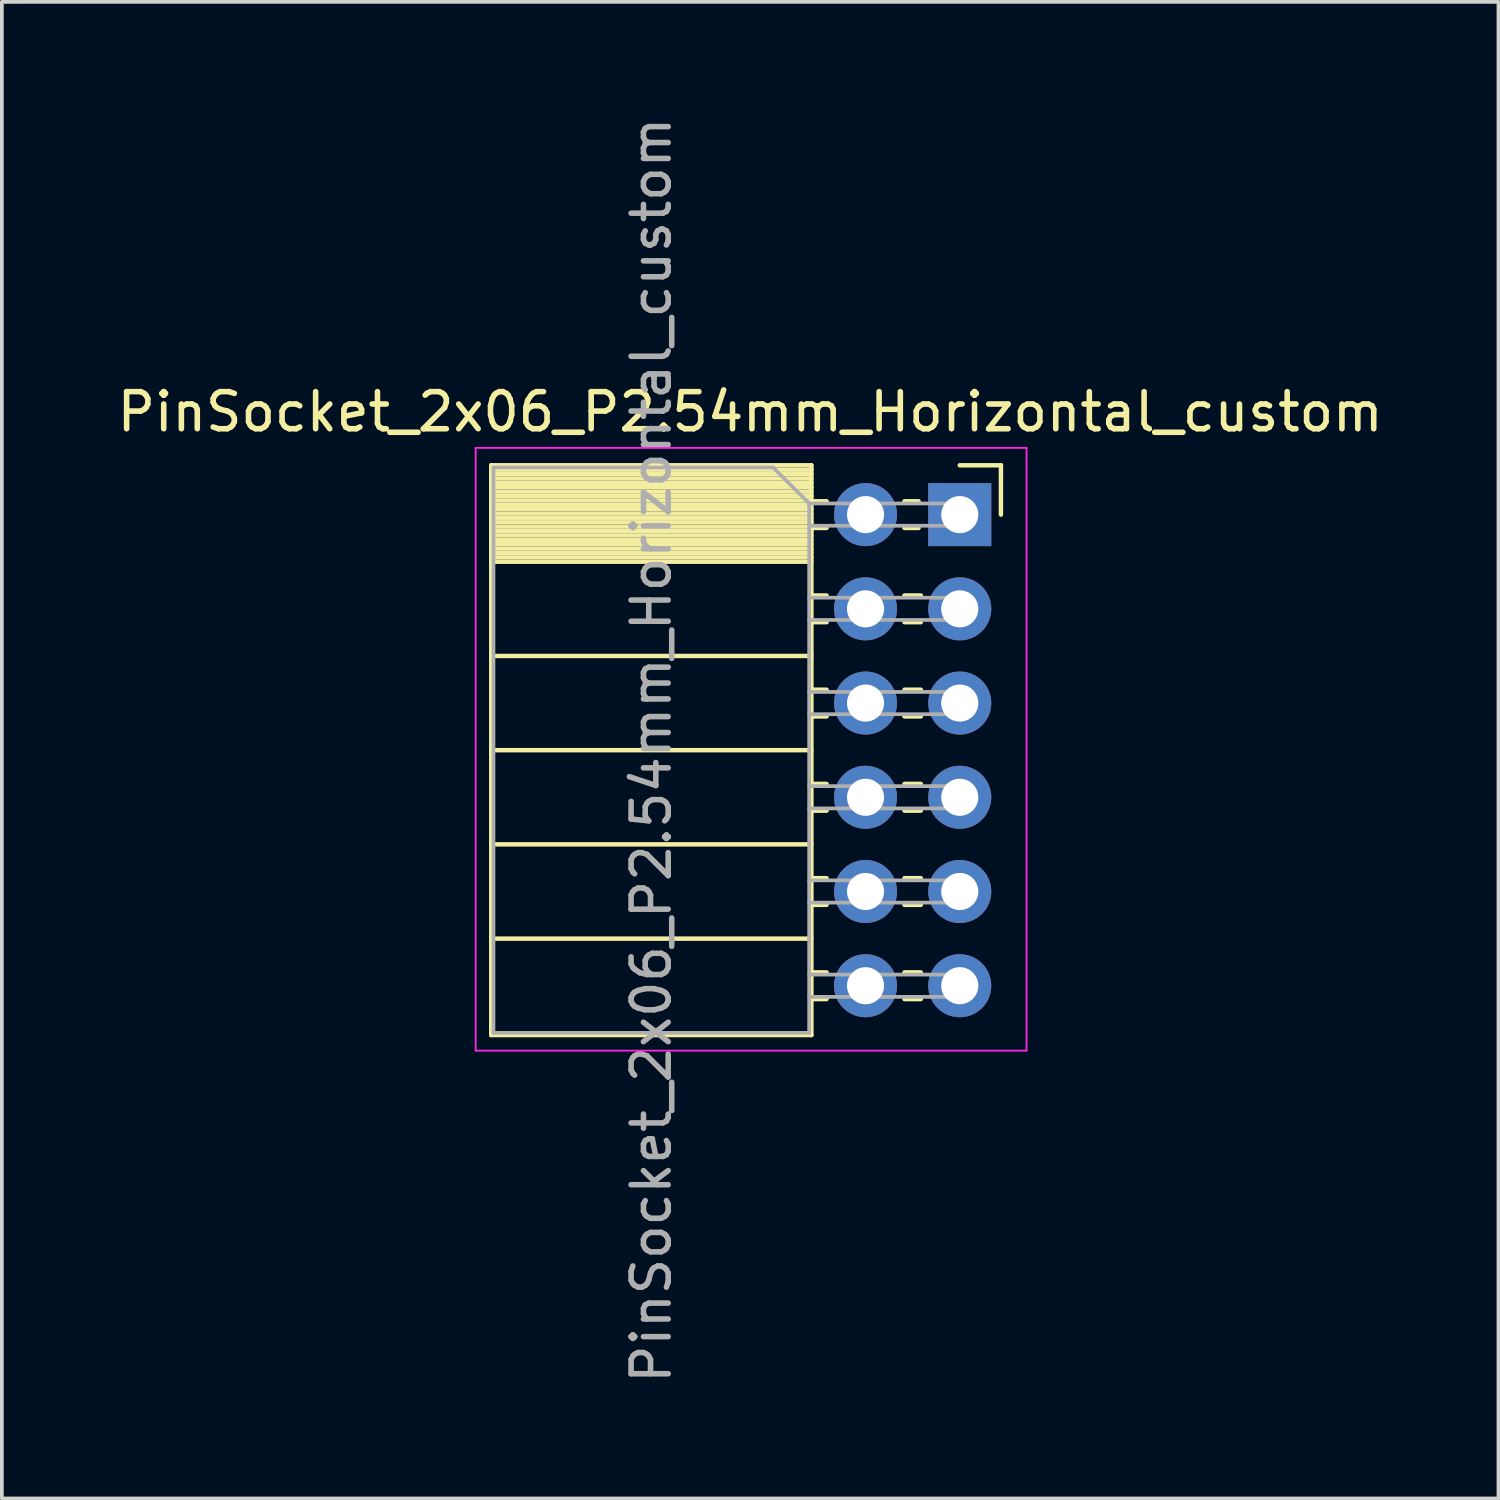
<source format=kicad_pcb>
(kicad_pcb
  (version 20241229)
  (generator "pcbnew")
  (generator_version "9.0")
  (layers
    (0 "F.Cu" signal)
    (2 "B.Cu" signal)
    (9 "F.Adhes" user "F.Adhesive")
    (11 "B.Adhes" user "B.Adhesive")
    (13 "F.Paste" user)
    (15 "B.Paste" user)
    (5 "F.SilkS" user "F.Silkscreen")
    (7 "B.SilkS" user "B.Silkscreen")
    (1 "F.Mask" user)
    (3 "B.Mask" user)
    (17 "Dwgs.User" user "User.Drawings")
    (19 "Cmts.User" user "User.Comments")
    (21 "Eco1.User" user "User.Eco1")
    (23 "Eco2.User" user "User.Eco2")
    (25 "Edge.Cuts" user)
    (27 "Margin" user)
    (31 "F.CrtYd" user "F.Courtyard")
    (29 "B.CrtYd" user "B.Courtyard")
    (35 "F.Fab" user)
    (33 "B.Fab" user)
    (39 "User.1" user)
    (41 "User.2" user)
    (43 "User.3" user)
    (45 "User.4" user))
  (footprint "PinSocket_2x06_P2.54mm_Horizontal_custom"
    (layer "F.Cu")
    (at 22.823 10.823)
    (property "Reference" "PinSocket_2x06_P2.54mm_Horizontal_custom" (at -5.65 -2.77 0) (layer "F.SilkS") (effects (font (size 1 1) (thickness 0.15))))
    (attr through_hole)
    (fp_line (start -12.63 -1.33) (end -12.63 14.03) (stroke (width 0.12) (type solid)) (layer "F.SilkS"))
    (fp_line (start -12.63 -1.33) (end -4 -1.33) (stroke (width 0.12) (type solid)) (layer "F.SilkS"))
    (fp_line (start -12.63 -1.21) (end -4 -1.21) (stroke (width 0.12) (type solid)) (layer "F.SilkS"))
    (fp_line (start -12.63 -1.092) (end -4 -1.092) (stroke (width 0.12) (type solid)) (layer "F.SilkS"))
    (fp_line (start -12.63 -0.974) (end -4 -0.974) (stroke (width 0.12) (type solid)) (layer "F.SilkS"))
    (fp_line (start -12.63 -0.856) (end -4 -0.856) (stroke (width 0.12) (type solid)) (layer "F.SilkS"))
    (fp_line (start -12.63 -0.738) (end -4 -0.738) (stroke (width 0.12) (type solid)) (layer "F.SilkS"))
    (fp_line (start -12.63 -0.62) (end -4 -0.62) (stroke (width 0.12) (type solid)) (layer "F.SilkS"))
    (fp_line (start -12.63 -0.501) (end -4 -0.501) (stroke (width 0.12) (type solid)) (layer "F.SilkS"))
    (fp_line (start -12.63 -0.383) (end -4 -0.383) (stroke (width 0.12) (type solid)) (layer "F.SilkS"))
    (fp_line (start -12.63 -0.265) (end -4 -0.265) (stroke (width 0.12) (type solid)) (layer "F.SilkS"))
    (fp_line (start -12.63 -0.147) (end -4 -0.147) (stroke (width 0.12) (type solid)) (layer "F.SilkS"))
    (fp_line (start -12.63 -0.029) (end -4 -0.029) (stroke (width 0.12) (type solid)) (layer "F.SilkS"))
    (fp_line (start -12.63 0.089) (end -4 0.089) (stroke (width 0.12) (type solid)) (layer "F.SilkS"))
    (fp_line (start -12.63 0.207) (end -4 0.207) (stroke (width 0.12) (type solid)) (layer "F.SilkS"))
    (fp_line (start -12.63 0.325) (end -4 0.325) (stroke (width 0.12) (type solid)) (layer "F.SilkS"))
    (fp_line (start -12.63 0.443) (end -4 0.443) (stroke (width 0.12) (type solid)) (layer "F.SilkS"))
    (fp_line (start -12.63 0.561) (end -4 0.561) (stroke (width 0.12) (type solid)) (layer "F.SilkS"))
    (fp_line (start -12.63 0.68) (end -4 0.68) (stroke (width 0.12) (type solid)) (layer "F.SilkS"))
    (fp_line (start -12.63 0.798) (end -4 0.798) (stroke (width 0.12) (type solid)) (layer "F.SilkS"))
    (fp_line (start -12.63 0.916) (end -4 0.916) (stroke (width 0.12) (type solid)) (layer "F.SilkS"))
    (fp_line (start -12.63 1.034) (end -4 1.034) (stroke (width 0.12) (type solid)) (layer "F.SilkS"))
    (fp_line (start -12.63 1.152) (end -4 1.152) (stroke (width 0.12) (type solid)) (layer "F.SilkS"))
    (fp_line (start -12.63 1.27) (end -4 1.27) (stroke (width 0.12) (type solid)) (layer "F.SilkS"))
    (fp_line (start -12.63 3.81) (end -4 3.81) (stroke (width 0.12) (type solid)) (layer "F.SilkS"))
    (fp_line (start -12.63 6.35) (end -4 6.35) (stroke (width 0.12) (type solid)) (layer "F.SilkS"))
    (fp_line (start -12.63 8.89) (end -4 8.89) (stroke (width 0.12) (type solid)) (layer "F.SilkS"))
    (fp_line (start -12.63 11.43) (end -4 11.43) (stroke (width 0.12) (type solid)) (layer "F.SilkS"))
    (fp_line (start -12.63 14.03) (end -4 14.03) (stroke (width 0.12) (type solid)) (layer "F.SilkS"))
    (fp_line (start -4 -1.33) (end -4 14.03) (stroke (width 0.12) (type solid)) (layer "F.SilkS"))
    (fp_line (start -4 -0.36) (end -3.59 -0.36) (stroke (width 0.12) (type solid)) (layer "F.SilkS"))
    (fp_line (start -4 0.36) (end -3.59 0.36) (stroke (width 0.12) (type solid)) (layer "F.SilkS"))
    (fp_line (start -4 2.18) (end -3.59 2.18) (stroke (width 0.12) (type solid)) (layer "F.SilkS"))
    (fp_line (start -4 2.9) (end -3.59 2.9) (stroke (width 0.12) (type solid)) (layer "F.SilkS"))
    (fp_line (start -4 4.72) (end -3.59 4.72) (stroke (width 0.12) (type solid)) (layer "F.SilkS"))
    (fp_line (start -4 5.44) (end -3.59 5.44) (stroke (width 0.12) (type solid)) (layer "F.SilkS"))
    (fp_line (start -4 7.26) (end -3.59 7.26) (stroke (width 0.12) (type solid)) (layer "F.SilkS"))
    (fp_line (start -4 7.98) (end -3.59 7.98) (stroke (width 0.12) (type solid)) (layer "F.SilkS"))
    (fp_line (start -4 9.8) (end -3.59 9.8) (stroke (width 0.12) (type solid)) (layer "F.SilkS"))
    (fp_line (start -4 10.52) (end -3.59 10.52) (stroke (width 0.12) (type solid)) (layer "F.SilkS"))
    (fp_line (start -4 12.34) (end -3.59 12.34) (stroke (width 0.12) (type solid)) (layer "F.SilkS"))
    (fp_line (start -4 13.06) (end -3.59 13.06) (stroke (width 0.12) (type solid)) (layer "F.SilkS"))
    (fp_line (start -1.49 -0.36) (end -1.11 -0.36) (stroke (width 0.12) (type solid)) (layer "F.SilkS"))
    (fp_line (start -1.49 0.36) (end -1.11 0.36) (stroke (width 0.12) (type solid)) (layer "F.SilkS"))
    (fp_line (start -1.49 2.18) (end -1.05 2.18) (stroke (width 0.12) (type solid)) (layer "F.SilkS"))
    (fp_line (start -1.49 2.9) (end -1.05 2.9) (stroke (width 0.12) (type solid)) (layer "F.SilkS"))
    (fp_line (start -1.49 4.72) (end -1.05 4.72) (stroke (width 0.12) (type solid)) (layer "F.SilkS"))
    (fp_line (start -1.49 5.44) (end -1.05 5.44) (stroke (width 0.12) (type solid)) (layer "F.SilkS"))
    (fp_line (start -1.49 7.26) (end -1.05 7.26) (stroke (width 0.12) (type solid)) (layer "F.SilkS"))
    (fp_line (start -1.49 7.98) (end -1.05 7.98) (stroke (width 0.12) (type solid)) (layer "F.SilkS"))
    (fp_line (start -1.49 9.8) (end -1.05 9.8) (stroke (width 0.12) (type solid)) (layer "F.SilkS"))
    (fp_line (start -1.49 10.52) (end -1.05 10.52) (stroke (width 0.12) (type solid)) (layer "F.SilkS"))
    (fp_line (start -1.49 12.34) (end -1.05 12.34) (stroke (width 0.12) (type solid)) (layer "F.SilkS"))
    (fp_line (start -1.49 13.06) (end -1.05 13.06) (stroke (width 0.12) (type solid)) (layer "F.SilkS"))
    (fp_line (start 0 -1.33) (end 1.11 -1.33) (stroke (width 0.12) (type solid)) (layer "F.SilkS"))
    (fp_line (start 1.11 -1.33) (end 1.11 0) (stroke (width 0.12) (type solid)) (layer "F.SilkS"))
    (fp_line (start -13.05 -1.8) (end -13.05 14.45) (stroke (width 0.05) (type solid)) (layer "F.CrtYd"))
    (fp_line (start -13.05 14.45) (end 1.8 14.45) (stroke (width 0.05) (type solid)) (layer "F.CrtYd"))
    (fp_line (start 1.8 -1.8) (end -13.05 -1.8) (stroke (width 0.05) (type solid)) (layer "F.CrtYd"))
    (fp_line (start 1.8 14.45) (end 1.8 -1.8) (stroke (width 0.05) (type solid)) (layer "F.CrtYd"))
    (fp_line (start -12.57 -1.27) (end -5.03 -1.27) (stroke (width 0.1) (type solid)) (layer "F.Fab"))
    (fp_line (start -12.57 13.97) (end -12.57 -1.27) (stroke (width 0.1) (type solid)) (layer "F.Fab"))
    (fp_line (start -5.03 -1.27) (end -4.06 -0.3) (stroke (width 0.1) (type solid)) (layer "F.Fab"))
    (fp_line (start -4.06 -0.3) (end -4.06 13.97) (stroke (width 0.1) (type solid)) (layer "F.Fab"))
    (fp_line (start -4.06 0.3) (end 0 0.3) (stroke (width 0.1) (type solid)) (layer "F.Fab"))
    (fp_line (start -4.06 2.84) (end 0 2.84) (stroke (width 0.1) (type solid)) (layer "F.Fab"))
    (fp_line (start -4.06 5.38) (end 0 5.38) (stroke (width 0.1) (type solid)) (layer "F.Fab"))
    (fp_line (start -4.06 7.92) (end 0 7.92) (stroke (width 0.1) (type solid)) (layer "F.Fab"))
    (fp_line (start -4.06 10.46) (end 0 10.46) (stroke (width 0.1) (type solid)) (layer "F.Fab"))
    (fp_line (start -4.06 13) (end 0 13) (stroke (width 0.1) (type solid)) (layer "F.Fab"))
    (fp_line (start -4.06 13.97) (end -12.57 13.97) (stroke (width 0.1) (type solid)) (layer "F.Fab"))
    (fp_line (start 0 -0.3) (end -4.06 -0.3) (stroke (width 0.1) (type solid)) (layer "F.Fab"))
    (fp_line (start 0 0.3) (end 0 -0.3) (stroke (width 0.1) (type solid)) (layer "F.Fab"))
    (fp_line (start 0 2.24) (end -4.06 2.24) (stroke (width 0.1) (type solid)) (layer "F.Fab"))
    (fp_line (start 0 2.84) (end 0 2.24) (stroke (width 0.1) (type solid)) (layer "F.Fab"))
    (fp_line (start 0 4.78) (end -4.06 4.78) (stroke (width 0.1) (type solid)) (layer "F.Fab"))
    (fp_line (start 0 5.38) (end 0 4.78) (stroke (width 0.1) (type solid)) (layer "F.Fab"))
    (fp_line (start 0 7.32) (end -4.06 7.32) (stroke (width 0.1) (type solid)) (layer "F.Fab"))
    (fp_line (start 0 7.92) (end 0 7.32) (stroke (width 0.1) (type solid)) (layer "F.Fab"))
    (fp_line (start 0 9.86) (end -4.06 9.86) (stroke (width 0.1) (type solid)) (layer "F.Fab"))
    (fp_line (start 0 10.46) (end 0 9.86) (stroke (width 0.1) (type solid)) (layer "F.Fab"))
    (fp_line (start 0 12.4) (end -4.06 12.4) (stroke (width 0.1) (type solid)) (layer "F.Fab"))
    (fp_line (start 0 13) (end 0 12.4) (stroke (width 0.1) (type solid)) (layer "F.Fab"))
    (fp_text user "${REFERENCE}" (at -8.315 6.35 90) (layer "F.Fab") (effects (font (size 1 1) (thickness 0.15))))
    (pad "1" thru_hole rect (at 0 0) (size 1.7 1.7) (drill 1) (layers "*.Cu" "*.Mask"))
    (pad "2" thru_hole circle (at -2.54 0) (size 1.7 1.7) (drill 1) (layers "*.Cu" "*.Mask"))
    (pad "3" thru_hole circle (at 0 2.54) (size 1.7 1.7) (drill 1) (layers "*.Cu" "*.Mask"))
    (pad "4" thru_hole circle (at -2.54 2.54) (size 1.7 1.7) (drill 1) (layers "*.Cu" "*.Mask"))
    (pad "5" thru_hole circle (at 0 5.08) (size 1.7 1.7) (drill 1) (layers "*.Cu" "*.Mask"))
    (pad "6" thru_hole circle (at -2.54 5.08) (size 1.7 1.7) (drill 1) (layers "*.Cu" "*.Mask"))
    (pad "7" thru_hole circle (at 0 7.62) (size 1.7 1.7) (drill 1) (layers "*.Cu" "*.Mask"))
    (pad "8" thru_hole circle (at -2.54 7.62) (size 1.7 1.7) (drill 1) (layers "*.Cu" "*.Mask"))
    (pad "9" thru_hole circle (at 0 10.16) (size 1.7 1.7) (drill 1) (layers "*.Cu" "*.Mask"))
    (pad "10" thru_hole circle (at -2.54 10.16) (size 1.7 1.7) (drill 1) (layers "*.Cu" "*.Mask"))
    (pad "11" thru_hole circle (at 0 12.7) (size 1.7 1.7) (drill 1) (layers "*.Cu" "*.Mask"))
    (pad "12" thru_hole circle (at -2.54 12.7) (size 1.7 1.7) (drill 1) (layers "*.Cu" "*.Mask")))
  (gr_rect
    (start -3 -3)
    (end 37.345 37.345)
    (stroke (width 0.1) (type default))
    (fill no)
    (layer "Edge.Cuts")))
</source>
